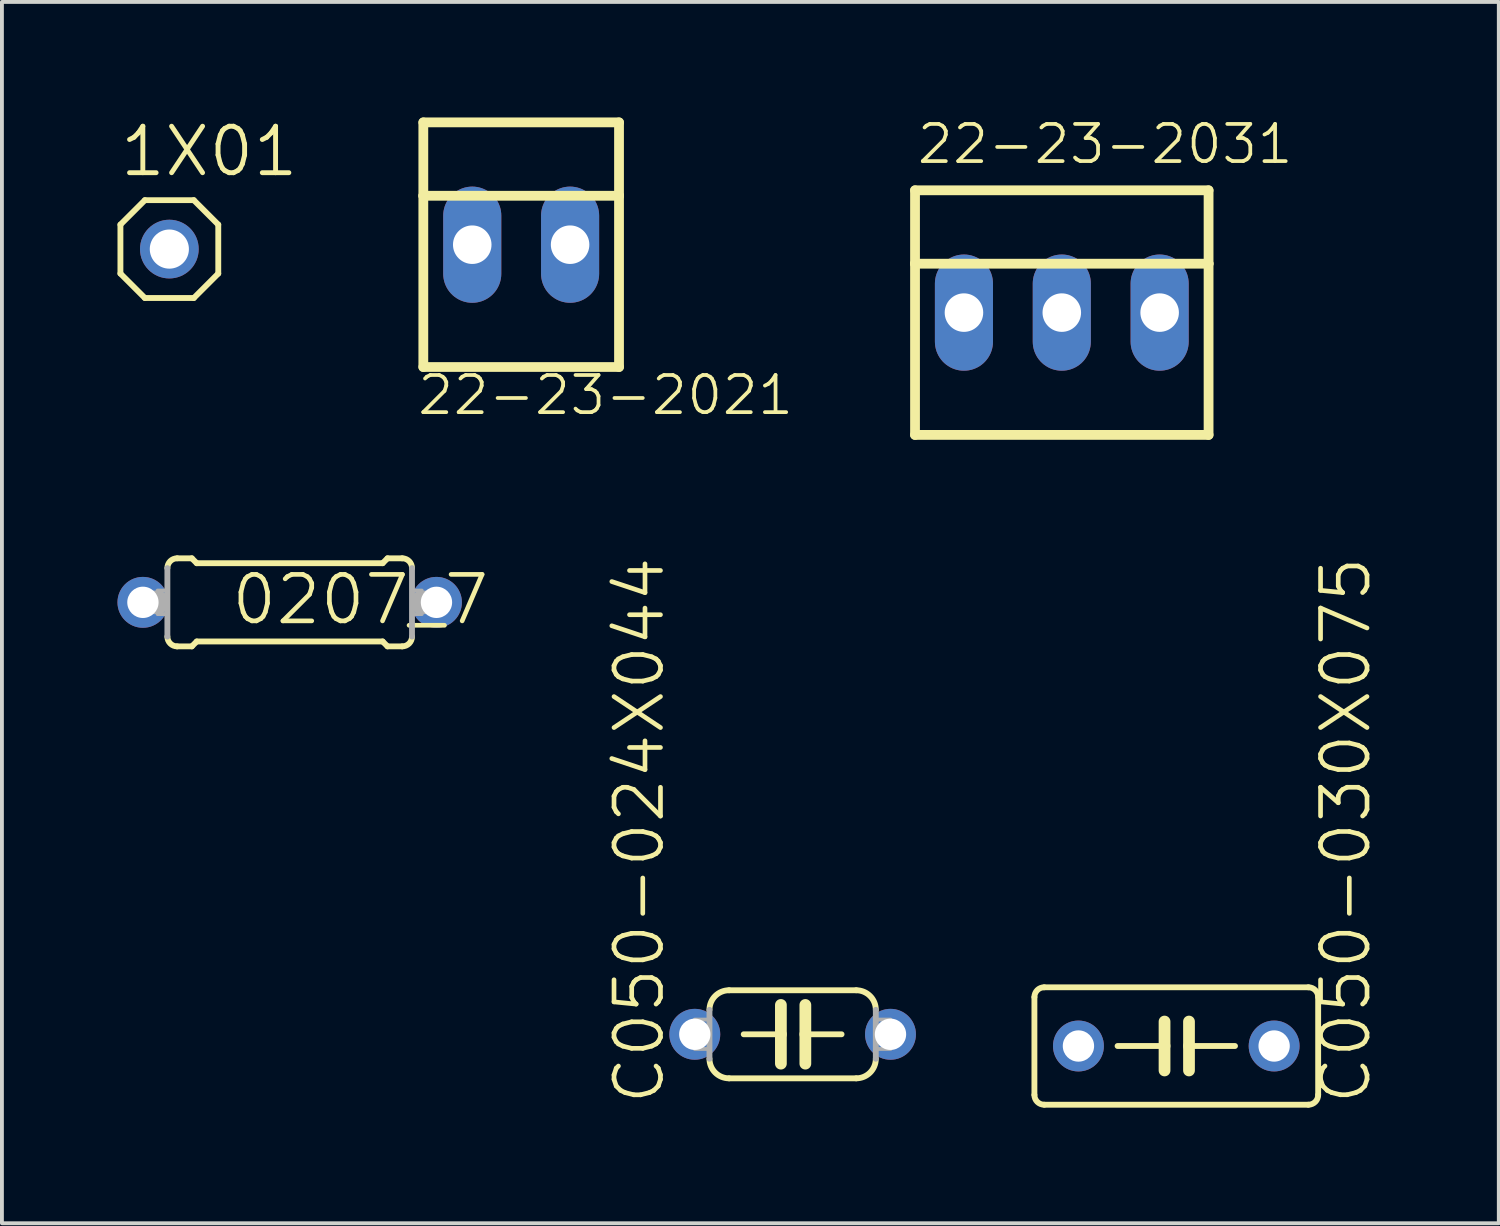
<source format=kicad_pcb>
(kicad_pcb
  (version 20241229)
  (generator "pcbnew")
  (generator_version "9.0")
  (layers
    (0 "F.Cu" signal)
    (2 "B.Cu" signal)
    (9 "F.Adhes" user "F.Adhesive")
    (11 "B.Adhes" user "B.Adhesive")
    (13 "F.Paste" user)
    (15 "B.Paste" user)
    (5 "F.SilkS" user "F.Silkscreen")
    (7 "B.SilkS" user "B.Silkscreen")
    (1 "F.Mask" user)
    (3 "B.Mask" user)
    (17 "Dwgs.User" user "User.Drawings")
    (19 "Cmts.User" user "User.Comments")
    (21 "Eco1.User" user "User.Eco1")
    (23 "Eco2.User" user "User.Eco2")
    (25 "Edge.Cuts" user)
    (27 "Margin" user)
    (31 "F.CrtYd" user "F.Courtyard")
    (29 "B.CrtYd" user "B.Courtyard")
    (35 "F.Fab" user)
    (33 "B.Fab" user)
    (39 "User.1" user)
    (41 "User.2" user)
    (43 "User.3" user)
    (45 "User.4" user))
  (footprint "0207_7"
    (layer "F.Cu")
    (at 4.47 12.586)
    (property "Reference" "0207_7" (at -1.575 0.635 180) (layer "F.SilkS") (effects (font (size 1.206 1.206) (thickness 0.121)) (justify left bottom)))
    (attr through_hole)
    (fp_line (start -2.921 -1.143) (end -2.54 -1.143) (stroke (width 0.152) (type solid)) (layer "F.SilkS"))
    (fp_line (start -2.921 1.143) (end -2.54 1.143) (stroke (width 0.152) (type solid)) (layer "F.SilkS"))
    (fp_line (start -2.413 -1.016) (end -2.54 -1.143) (stroke (width 0.152) (type solid)) (layer "F.SilkS"))
    (fp_line (start -2.413 1.016) (end -2.54 1.143) (stroke (width 0.152) (type solid)) (layer "F.SilkS"))
    (fp_line (start 2.413 -1.016) (end -2.413 -1.016) (stroke (width 0.152) (type solid)) (layer "F.SilkS"))
    (fp_line (start 2.413 -1.016) (end 2.54 -1.143) (stroke (width 0.152) (type solid)) (layer "F.SilkS"))
    (fp_line (start 2.413 1.016) (end -2.413 1.016) (stroke (width 0.152) (type solid)) (layer "F.SilkS"))
    (fp_line (start 2.413 1.016) (end 2.54 1.143) (stroke (width 0.152) (type solid)) (layer "F.SilkS"))
    (fp_line (start 2.921 -1.143) (end 2.54 -1.143) (stroke (width 0.152) (type solid)) (layer "F.SilkS"))
    (fp_line (start 2.921 1.143) (end 2.54 1.143) (stroke (width 0.152) (type solid)) (layer "F.SilkS"))
    (fp_arc (start -3.175 -0.889) (mid -3.100605 -1.068605) (end -2.921 -1.143) (stroke (width 0.1524) (type solid)) (layer "F.SilkS"))
    (fp_arc (start -2.921 1.143) (mid -3.100605 1.068605) (end -3.175 0.889) (stroke (width 0.1524) (type solid)) (layer "F.SilkS"))
    (fp_arc (start 2.921 -1.143) (mid 3.100605 -1.068605) (end 3.175 -0.889) (stroke (width 0.1524) (type solid)) (layer "F.SilkS"))
    (fp_arc (start 3.175 0.889) (mid 3.100605 1.068605) (end 2.921 1.143) (stroke (width 0.1524) (type solid)) (layer "F.SilkS"))
    (fp_line (start -3.81 0) (end -3.429 0) (stroke (width 0.61) (type solid)) (layer "F.Fab"))
    (fp_line (start -3.175 0.889) (end -3.175 -0.889) (stroke (width 0.152) (type solid)) (layer "F.Fab"))
    (fp_line (start 3.175 0.889) (end 3.175 -0.889) (stroke (width 0.152) (type solid)) (layer "F.Fab"))
    (fp_line (start 3.429 0) (end 3.81 0) (stroke (width 0.61) (type solid)) (layer "F.Fab"))
    (fp_poly (pts (xy -3.429 0.305) (xy -3.175 0.305) (xy -3.175 -0.305) (xy -3.429 -0.305)) (stroke (width 0.1) (type solid)) (fill no) (layer "F.Fab"))
    (fp_poly (pts (xy 3.175 0.305) (xy 3.429 0.305) (xy 3.429 -0.305) (xy 3.175 -0.305)) (stroke (width 0.1) (type solid)) (fill no) (layer "F.Fab"))
    (pad "1" thru_hole circle (at -3.81 0) (size 1.321 1.321) (drill 0.813) (layers "*.Cu" "*.Mask"))
    (pad "2" thru_hole circle (at 3.81 0) (size 1.321 1.321) (drill 0.813) (layers "*.Cu" "*.Mask")))
  (footprint "22-23-2021"
    (layer "F.Cu")
    (at 10.479 3.302)
    (property "Reference" "22-23-2021" (at -2.743 4.47 0) (layer "F.SilkS") (effects (font (size 0.965 0.965) (thickness 0.097)) (justify left bottom)))
    (attr through_hole)
    (fp_line (start -2.54 -3.175) (end 2.54 -3.175) (stroke (width 0.254) (type solid)) (layer "F.SilkS"))
    (fp_line (start -2.54 -1.27) (end -2.54 -3.175) (stroke (width 0.254) (type solid)) (layer "F.SilkS"))
    (fp_line (start -2.54 -1.27) (end 2.54 -1.27) (stroke (width 0.254) (type solid)) (layer "F.SilkS"))
    (fp_line (start -2.54 3.175) (end -2.54 -1.27) (stroke (width 0.254) (type solid)) (layer "F.SilkS"))
    (fp_line (start 2.54 -3.175) (end 2.54 -1.27) (stroke (width 0.254) (type solid)) (layer "F.SilkS"))
    (fp_line (start 2.54 -1.27) (end 2.54 3.175) (stroke (width 0.254) (type solid)) (layer "F.SilkS"))
    (fp_line (start 2.54 3.175) (end -2.54 3.175) (stroke (width 0.254) (type solid)) (layer "F.SilkS"))
    (pad "1" thru_hole oval (at -1.27 0 90) (size 3.016 1.508) (drill 1) (layers "*.Cu" "*.Mask"))
    (pad "2" thru_hole oval (at 1.27 0 90) (size 3.016 1.508) (drill 1) (layers "*.Cu" "*.Mask")))
  (footprint "C050-030X075"
    (layer "F.Cu")
    (at 27.485 24.103)
    (property "Reference" "C050-030X075" (at 5.105 1.575 90) (layer "F.SilkS") (effects (font (size 1.206 1.206) (thickness 0.121)) (justify left bottom)))
    (attr through_hole)
    (fp_line (start -3.683 -1.27) (end -3.683 1.27) (stroke (width 0.152) (type solid)) (layer "F.SilkS"))
    (fp_line (start -3.429 1.524) (end 3.429 1.524) (stroke (width 0.152) (type solid)) (layer "F.SilkS"))
    (fp_line (start -0.305 -0.635) (end -0.305 0) (stroke (width 0.305) (type solid)) (layer "F.SilkS"))
    (fp_line (start -0.305 0) (end -1.524 0) (stroke (width 0.152) (type solid)) (layer "F.SilkS"))
    (fp_line (start -0.305 0) (end -0.305 0.635) (stroke (width 0.305) (type solid)) (layer "F.SilkS"))
    (fp_line (start 0.33 -0.635) (end 0.33 0) (stroke (width 0.305) (type solid)) (layer "F.SilkS"))
    (fp_line (start 0.33 0) (end 0.33 0.635) (stroke (width 0.305) (type solid)) (layer "F.SilkS"))
    (fp_line (start 0.33 0) (end 1.524 0) (stroke (width 0.152) (type solid)) (layer "F.SilkS"))
    (fp_line (start 3.429 -1.524) (end -3.429 -1.524) (stroke (width 0.152) (type solid)) (layer "F.SilkS"))
    (fp_line (start 3.683 1.27) (end 3.683 -1.27) (stroke (width 0.152) (type solid)) (layer "F.SilkS"))
    (fp_arc (start -3.683 -1.27) (mid -3.608605 -1.449605) (end -3.429 -1.524) (stroke (width 0.1524) (type solid)) (layer "F.SilkS"))
    (fp_arc (start -3.429 1.524) (mid -3.608605 1.449605) (end -3.683 1.27) (stroke (width 0.1524) (type solid)) (layer "F.SilkS"))
    (fp_arc (start 3.429 -1.524) (mid 3.608605 -1.449605) (end 3.683 -1.27) (stroke (width 0.1524) (type solid)) (layer "F.SilkS"))
    (fp_arc (start 3.683 1.27) (mid 3.608605 1.449605) (end 3.429 1.524) (stroke (width 0.1524) (type solid)) (layer "F.SilkS"))
    (pad "1" thru_hole circle (at -2.54 0) (size 1.321 1.321) (drill 0.813) (layers "*.Cu" "*.Mask"))
    (pad "2" thru_hole circle (at 2.54 0) (size 1.321 1.321) (drill 0.813) (layers "*.Cu" "*.Mask")))
  (footprint "22-23-2031"
    (layer "F.Cu")
    (at 24.513 5.065)
    (property "Reference" "22-23-2031" (at -3.81 -3.81 0) (layer "F.SilkS") (effects (font (size 0.965 0.965) (thickness 0.097)) (justify left bottom)))
    (attr through_hole)
    (fp_line (start -3.81 -3.175) (end 3.81 -3.175) (stroke (width 0.254) (type solid)) (layer "F.SilkS"))
    (fp_line (start -3.81 -1.27) (end -3.81 -3.175) (stroke (width 0.254) (type solid)) (layer "F.SilkS"))
    (fp_line (start -3.81 -1.27) (end 3.81 -1.27) (stroke (width 0.254) (type solid)) (layer "F.SilkS"))
    (fp_line (start -3.81 3.175) (end -3.81 -1.27) (stroke (width 0.254) (type solid)) (layer "F.SilkS"))
    (fp_line (start 3.81 -3.175) (end 3.81 -1.27) (stroke (width 0.254) (type solid)) (layer "F.SilkS"))
    (fp_line (start 3.81 -1.27) (end 3.81 3.175) (stroke (width 0.254) (type solid)) (layer "F.SilkS"))
    (fp_line (start 3.81 3.175) (end -3.81 3.175) (stroke (width 0.254) (type solid)) (layer "F.SilkS"))
    (pad "1" thru_hole oval (at -2.54 0 90) (size 3.016 1.508) (drill 1) (layers "*.Cu" "*.Mask"))
    (pad "2" thru_hole oval (at 0 0 90) (size 3.016 1.508) (drill 1) (layers "*.Cu" "*.Mask"))
    (pad "3" thru_hole oval (at 2.54 0 90) (size 3.016 1.508) (drill 1) (layers "*.Cu" "*.Mask")))
  (footprint "C050-024X044"
    (layer "F.Cu")
    (at 17.526 23.799)
    (property "Reference" "C050-024X044" (at -3.277 1.88 90) (layer "F.SilkS") (effects (font (size 1.206 1.206) (thickness 0.121)) (justify left bottom)))
    (attr through_hole)
    (fp_line (start -1.27 0) (end -0.305 0) (stroke (width 0.152) (type solid)) (layer "F.SilkS"))
    (fp_line (start -0.305 -0.762) (end -0.305 0) (stroke (width 0.305) (type solid)) (layer "F.SilkS"))
    (fp_line (start -0.305 0) (end -0.305 0.762) (stroke (width 0.305) (type solid)) (layer "F.SilkS"))
    (fp_line (start 0.33 -0.762) (end 0.33 0) (stroke (width 0.305) (type solid)) (layer "F.SilkS"))
    (fp_line (start 0.33 0) (end 0.33 0.762) (stroke (width 0.305) (type solid)) (layer "F.SilkS"))
    (fp_line (start 1.27 0) (end 0.33 0) (stroke (width 0.152) (type solid)) (layer "F.SilkS"))
    (fp_line (start 1.651 -1.143) (end -1.651 -1.143) (stroke (width 0.152) (type solid)) (layer "F.SilkS"))
    (fp_line (start 1.651 1.143) (end -1.651 1.143) (stroke (width 0.152) (type solid)) (layer "F.SilkS"))
    (fp_arc (start -2.159 -0.635) (mid -2.01021 -0.99421) (end -1.651 -1.143) (stroke (width 0.1524) (type solid)) (layer "F.SilkS"))
    (fp_arc (start -1.651 1.143) (mid -2.01021 0.99421) (end -2.159 0.635) (stroke (width 0.1524) (type solid)) (layer "F.SilkS"))
    (fp_arc (start 1.651 -1.143) (mid 2.01021 -0.99421) (end 2.159 -0.635) (stroke (width 0.1524) (type solid)) (layer "F.SilkS"))
    (fp_arc (start 2.159 0.635) (mid 2.01021 0.99421) (end 1.651 1.143) (stroke (width 0.1524) (type solid)) (layer "F.SilkS"))
    (fp_line (start -2.159 0.635) (end -2.159 -0.635) (stroke (width 0.152) (type solid)) (layer "F.Fab"))
    (fp_line (start 2.159 0.635) (end 2.159 -0.635) (stroke (width 0.152) (type solid)) (layer "F.Fab"))
    (fp_poly (pts (xy -2.54 0.381) (xy -2.159 0.381) (xy -2.159 -0.381) (xy -2.54 -0.381)) (stroke (width 0.1) (type solid)) (fill no) (layer "F.Fab"))
    (fp_poly (pts (xy 2.159 0.381) (xy 2.54 0.381) (xy 2.54 -0.381) (xy 2.159 -0.381)) (stroke (width 0.1) (type solid)) (fill no) (layer "F.Fab"))
    (pad "1" thru_hole circle (at -2.54 0) (size 1.321 1.321) (drill 0.813) (layers "*.Cu" "*.Mask"))
    (pad "2" thru_hole circle (at 2.54 0) (size 1.321 1.321) (drill 0.813) (layers "*.Cu" "*.Mask")))
  (footprint "1X01"
    (layer "F.Cu")
    (at 1.346 3.416)
    (property "Reference" "1X01" (at -1.346 -1.829 0) (layer "F.SilkS") (effects (font (size 1.206 1.206) (thickness 0.127)) (justify left bottom)))
    (attr through_hole)
    (fp_line (start -1.27 -0.635) (end -1.27 0.635) (stroke (width 0.152) (type solid)) (layer "F.SilkS"))
    (fp_line (start -1.27 0.635) (end -0.635 1.27) (stroke (width 0.152) (type solid)) (layer "F.SilkS"))
    (fp_line (start -0.635 -1.27) (end -1.27 -0.635) (stroke (width 0.152) (type solid)) (layer "F.SilkS"))
    (fp_line (start -0.635 -1.27) (end 0.635 -1.27) (stroke (width 0.152) (type solid)) (layer "F.SilkS"))
    (fp_line (start 0.635 -1.27) (end 1.27 -0.635) (stroke (width 0.152) (type solid)) (layer "F.SilkS"))
    (fp_line (start 0.635 1.27) (end -0.635 1.27) (stroke (width 0.152) (type solid)) (layer "F.SilkS"))
    (fp_line (start 1.27 -0.635) (end 1.27 0.635) (stroke (width 0.152) (type solid)) (layer "F.SilkS"))
    (fp_line (start 1.27 0.635) (end 0.635 1.27) (stroke (width 0.152) (type solid)) (layer "F.SilkS"))
    (fp_poly (pts (xy -0.254 0.254) (xy 0.254 0.254) (xy 0.254 -0.254) (xy -0.254 -0.254)) (stroke (width 0.1) (type solid)) (fill no) (layer "F.Fab"))
    (pad "1" thru_hole circle (at 0 0) (size 1.524 1.524) (drill 1.016) (layers "*.Cu" "*.Mask")))
  (gr_rect
    (start -3 -3)
    (end 35.857 28.704)
    (stroke (width 0.1) (type default))
    (fill no)
    (layer "Edge.Cuts")))
</source>
